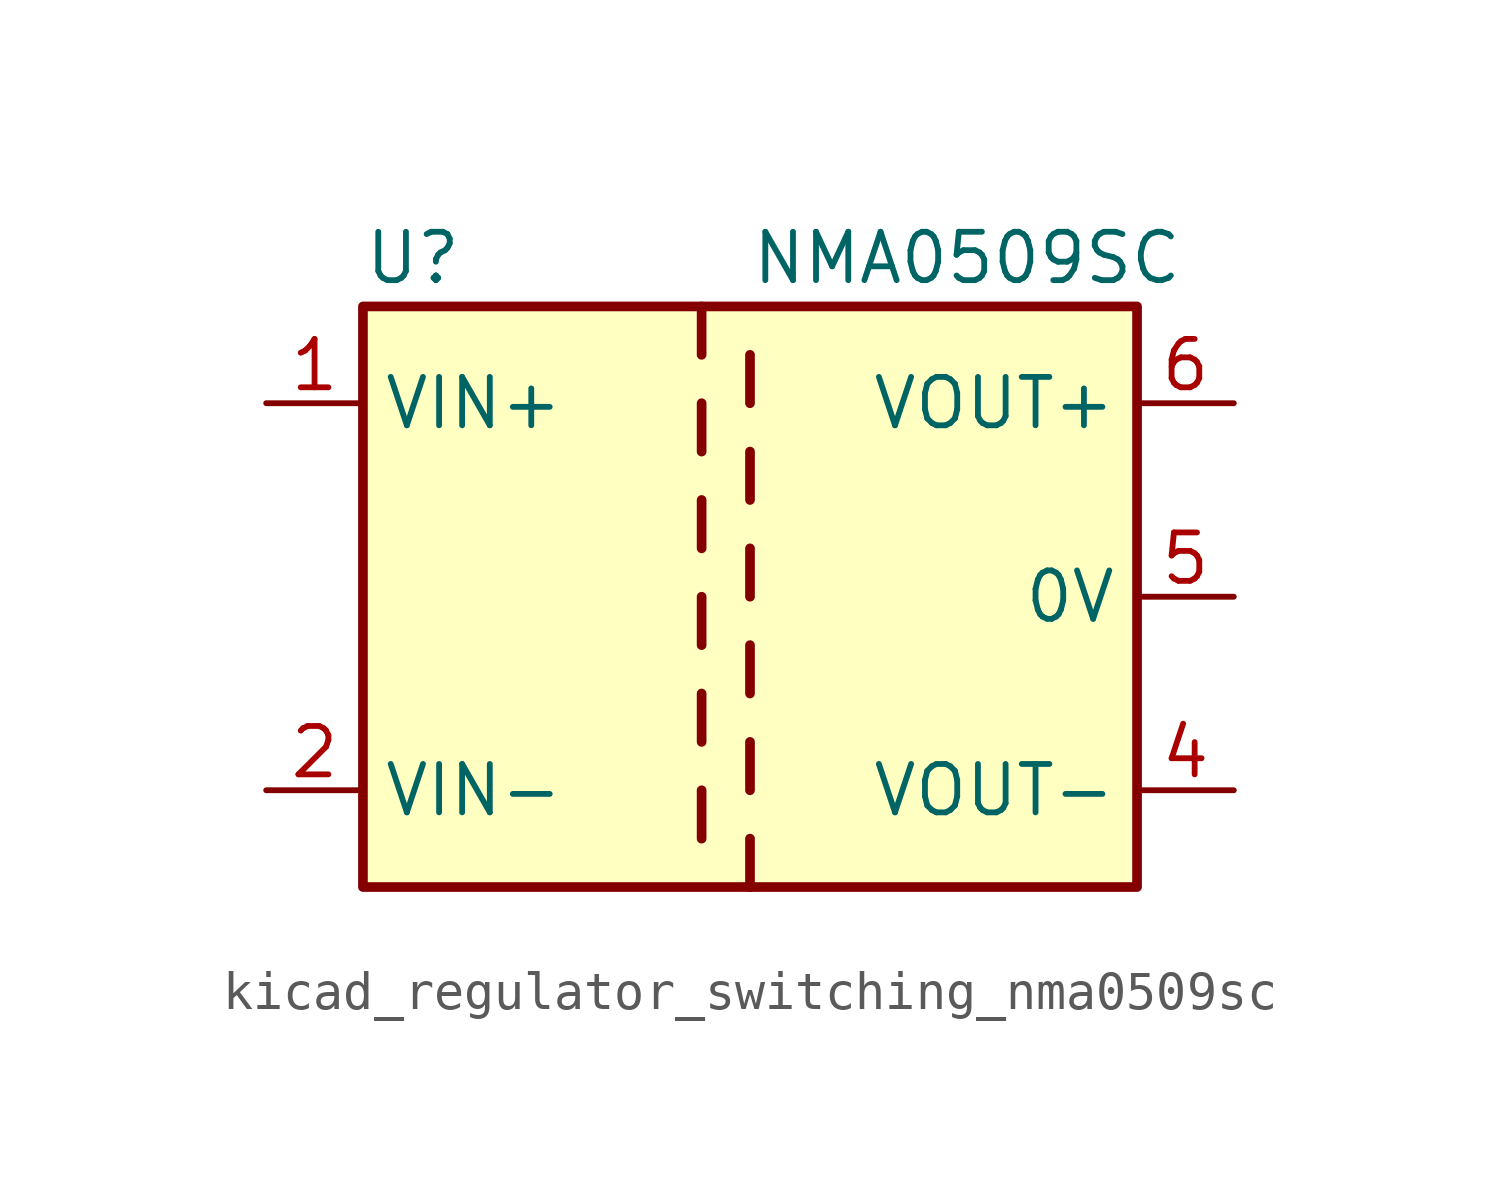
<source format=kicad_sym>
(kicad_symbol_lib
  (version 20220914)
  (generator kicad_symbol_editor)
  (symbol "kicad_regulator_switching_nma0509sc"
    (property "Reference" "U"
      (at -10.16 8.89 0)
      (effects (font (size 1.27 1.27)) (justify left)))
    (property "Value" "NMA0509SC"
      (at 0 8.89 0)
      (effects (font (size 1.27 1.27)) (justify left)))
    (symbol "kicad_regulator_switching_nma0509sc_0_1"
      (rectangle (start -10.16 7.62) (end 10.16 -7.62) (stroke (width 0.254) (type default)) (fill (type background)))
      (polyline (pts (xy -1.27 -5.08) (xy -1.27 -6.35)) (stroke (width 0.254) (type default)) (fill (type none)))
      (polyline (pts (xy -1.27 -2.54) (xy -1.27 -3.81)) (stroke (width 0.254) (type default)) (fill (type none)))
      (polyline (pts (xy -1.27 0) (xy -1.27 -1.27)) (stroke (width 0.254) (type default)) (fill (type none)))
      (polyline (pts (xy -1.27 2.54) (xy -1.27 1.27)) (stroke (width 0.254) (type default)) (fill (type none)))
      (polyline (pts (xy -1.27 5.08) (xy -1.27 3.81)) (stroke (width 0.254) (type default)) (fill (type none)))
      (polyline (pts (xy -1.27 7.62) (xy -1.27 6.35)) (stroke (width 0.254) (type default)) (fill (type none)))
      (polyline (pts (xy 0 -7.62) (xy 0 -6.35)) (stroke (width 0.254) (type default)) (fill (type none)))
      (polyline (pts (xy 0 -5.08) (xy 0 -3.81)) (stroke (width 0.254) (type default)) (fill (type none)))
      (polyline (pts (xy 0 -1.27) (xy 0 -2.54)) (stroke (width 0.254) (type default)) (fill (type none)))
      (polyline (pts (xy 0 0) (xy 0 1.27)) (stroke (width 0.254) (type default)) (fill (type none)))
      (polyline (pts (xy 0 2.54) (xy 0 3.81)) (stroke (width 0.254) (type default)) (fill (type none)))
      (polyline (pts (xy 0 5.08) (xy 0 6.35)) (stroke (width 0.254) (type default)) (fill (type none))))
    (symbol "kicad_regulator_switching_nma0509sc_1_1"
      (pin power_in line (at -12.7 5.08 0) (length 2.54) (name "VIN+" (effects (font (size 1.27 1.27)))) (number "1" (effects (font (size 1.27 1.27)))))
      (pin power_in line (at -12.7 -5.08 0) (length 2.54) (name "VIN-" (effects (font (size 1.27 1.27)))) (number "2" (effects (font (size 1.27 1.27)))))
      (pin power_out line (at 12.7 -5.08 180) (length 2.54) (name "VOUT-" (effects (font (size 1.27 1.27)))) (number "4" (effects (font (size 1.27 1.27)))))
      (pin power_out line (at 12.7 0 180) (length 2.54) (name "0V" (effects (font (size 1.27 1.27)))) (number "5" (effects (font (size 1.27 1.27)))))
      (pin power_out line (at 12.7 5.08 180) (length 2.54) (name "VOUT+" (effects (font (size 1.27 1.27)))) (number "6" (effects (font (size 1.27 1.27))))))))
</source>
